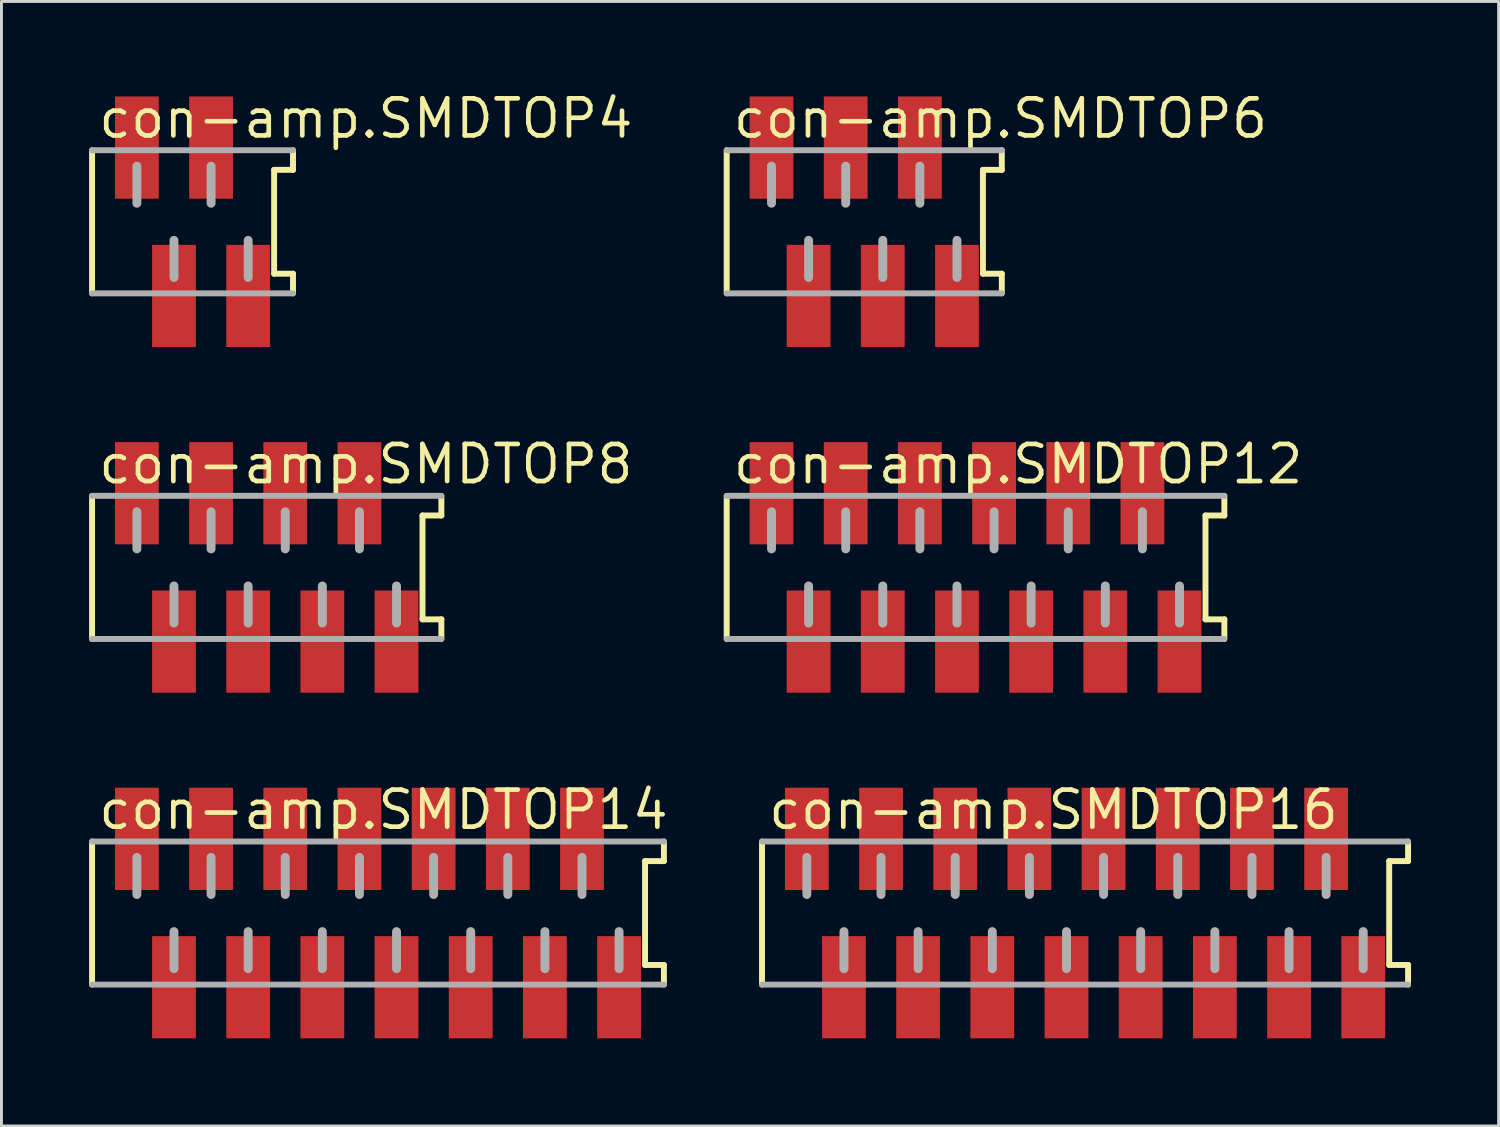
<source format=kicad_pcb>
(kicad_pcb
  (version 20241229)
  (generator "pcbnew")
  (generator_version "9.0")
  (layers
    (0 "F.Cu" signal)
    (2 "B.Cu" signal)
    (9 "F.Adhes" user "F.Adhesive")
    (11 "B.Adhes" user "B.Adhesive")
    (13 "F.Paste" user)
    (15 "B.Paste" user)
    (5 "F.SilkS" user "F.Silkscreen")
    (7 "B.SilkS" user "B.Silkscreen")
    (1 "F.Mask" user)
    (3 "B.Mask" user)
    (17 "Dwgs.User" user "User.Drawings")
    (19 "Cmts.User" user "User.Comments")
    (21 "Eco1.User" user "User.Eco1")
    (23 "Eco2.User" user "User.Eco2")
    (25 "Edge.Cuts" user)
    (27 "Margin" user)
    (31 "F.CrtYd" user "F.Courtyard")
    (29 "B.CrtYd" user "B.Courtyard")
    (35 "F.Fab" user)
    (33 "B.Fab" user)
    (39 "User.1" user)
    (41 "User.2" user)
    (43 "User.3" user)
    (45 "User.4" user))
  (footprint "con-amp.SMDTOP14"
    (layer "F.Cu")
    (at 9.892 28.212)
    (property "Reference" "con-amp.SMDTOP14" (at -9.652 -2.794 0) (layer "F.SilkS") (effects (font (size 1.27 1.27) (thickness 0.16)) (justify left bottom)))
    (attr smd)
    (fp_line (start -9.79 -2.45) (end -9.79 2.45) (stroke (width 0.203) (type default)) (layer "F.SilkS"))
    (fp_line (start 9.144 -1.778) (end 9.79 -1.778) (stroke (width 0.203) (type default)) (layer "F.SilkS"))
    (fp_line (start 9.144 1.778) (end 9.144 -1.778) (stroke (width 0.203) (type default)) (layer "F.SilkS"))
    (fp_line (start 9.79 -1.778) (end 9.79 -2.45) (stroke (width 0.203) (type default)) (layer "F.SilkS"))
    (fp_line (start 9.79 1.778) (end 9.144 1.778) (stroke (width 0.203) (type default)) (layer "F.SilkS"))
    (fp_line (start 9.79 2.45) (end 9.79 1.778) (stroke (width 0.203) (type default)) (layer "F.SilkS"))
    (fp_line (start -9.79 2.45) (end 9.79 2.45) (stroke (width 0.203) (type default)) (layer "F.Fab"))
    (fp_line (start -8.255 -1.905) (end -8.255 -0.635) (stroke (width 0.305) (type default)) (layer "F.Fab"))
    (fp_line (start -6.985 0.635) (end -6.985 1.905) (stroke (width 0.305) (type default)) (layer "F.Fab"))
    (fp_line (start -5.715 -1.905) (end -5.715 -0.635) (stroke (width 0.305) (type default)) (layer "F.Fab"))
    (fp_line (start -4.445 0.635) (end -4.445 1.905) (stroke (width 0.305) (type default)) (layer "F.Fab"))
    (fp_line (start -3.175 -1.905) (end -3.175 -0.635) (stroke (width 0.305) (type default)) (layer "F.Fab"))
    (fp_line (start -1.905 0.635) (end -1.905 1.905) (stroke (width 0.305) (type default)) (layer "F.Fab"))
    (fp_line (start -0.635 -1.905) (end -0.635 -0.635) (stroke (width 0.305) (type default)) (layer "F.Fab"))
    (fp_line (start 0.635 0.635) (end 0.635 1.905) (stroke (width 0.305) (type default)) (layer "F.Fab"))
    (fp_line (start 1.905 -1.905) (end 1.905 -0.635) (stroke (width 0.305) (type default)) (layer "F.Fab"))
    (fp_line (start 3.175 0.635) (end 3.175 1.905) (stroke (width 0.305) (type default)) (layer "F.Fab"))
    (fp_line (start 4.445 -1.905) (end 4.445 -0.635) (stroke (width 0.305) (type default)) (layer "F.Fab"))
    (fp_line (start 5.715 0.635) (end 5.715 1.905) (stroke (width 0.305) (type default)) (layer "F.Fab"))
    (fp_line (start 6.985 -1.905) (end 6.985 -0.635) (stroke (width 0.305) (type default)) (layer "F.Fab"))
    (fp_line (start 8.255 0.635) (end 8.255 1.905) (stroke (width 0.305) (type default)) (layer "F.Fab"))
    (fp_line (start 9.79 -2.45) (end -9.79 -2.45) (stroke (width 0.203) (type default)) (layer "F.Fab"))
    (pad "1" smd roundrect (at -8.255 -2.54) (size 1.5 3.5) (layers "F.Cu" "F.Mask" "F.Paste") (roundrect_rratio 0.01))
    (pad "2" smd roundrect (at -6.985 2.54) (size 1.5 3.5) (layers "F.Cu" "F.Mask" "F.Paste") (roundrect_rratio 0.01))
    (pad "3" smd roundrect (at -5.715 -2.54) (size 1.5 3.5) (layers "F.Cu" "F.Mask" "F.Paste") (roundrect_rratio 0.01))
    (pad "4" smd roundrect (at -4.445 2.54) (size 1.5 3.5) (layers "F.Cu" "F.Mask" "F.Paste") (roundrect_rratio 0.01))
    (pad "5" smd roundrect (at -3.175 -2.54) (size 1.5 3.5) (layers "F.Cu" "F.Mask" "F.Paste") (roundrect_rratio 0.01))
    (pad "6" smd roundrect (at -1.905 2.54) (size 1.5 3.5) (layers "F.Cu" "F.Mask" "F.Paste") (roundrect_rratio 0.01))
    (pad "7" smd roundrect (at -0.635 -2.54) (size 1.5 3.5) (layers "F.Cu" "F.Mask" "F.Paste") (roundrect_rratio 0.01))
    (pad "8" smd roundrect (at 0.635 2.54) (size 1.5 3.5) (layers "F.Cu" "F.Mask" "F.Paste") (roundrect_rratio 0.01))
    (pad "9" smd roundrect (at 1.905 -2.54) (size 1.5 3.5) (layers "F.Cu" "F.Mask" "F.Paste") (roundrect_rratio 0.01))
    (pad "10" smd roundrect (at 3.175 2.54) (size 1.5 3.5) (layers "F.Cu" "F.Mask" "F.Paste") (roundrect_rratio 0.01))
    (pad "11" smd roundrect (at 4.445 -2.54) (size 1.5 3.5) (layers "F.Cu" "F.Mask" "F.Paste") (roundrect_rratio 0.01))
    (pad "12" smd roundrect (at 5.715 2.54) (size 1.5 3.5) (layers "F.Cu" "F.Mask" "F.Paste") (roundrect_rratio 0.01))
    (pad "13" smd roundrect (at 6.985 -2.54) (size 1.5 3.5) (layers "F.Cu" "F.Mask" "F.Paste") (roundrect_rratio 0.01))
    (pad "14" smd roundrect (at 8.255 2.54) (size 1.5 3.5) (layers "F.Cu" "F.Mask" "F.Paste") (roundrect_rratio 0.01)))
  (footprint "con-amp.SMDTOP6"
    (layer "F.Cu")
    (at 26.541 4.544)
    (property "Reference" "con-amp.SMDTOP6" (at -4.572 -2.794 0) (layer "F.SilkS") (effects (font (size 1.27 1.27) (thickness 0.16)) (justify left bottom)))
    (attr smd)
    (fp_line (start -4.71 -2.45) (end -4.71 2.45) (stroke (width 0.203) (type default)) (layer "F.SilkS"))
    (fp_line (start 4.064 -1.778) (end 4.71 -1.778) (stroke (width 0.203) (type default)) (layer "F.SilkS"))
    (fp_line (start 4.064 1.778) (end 4.064 -1.778) (stroke (width 0.203) (type default)) (layer "F.SilkS"))
    (fp_line (start 4.71 -1.778) (end 4.71 -2.45) (stroke (width 0.203) (type default)) (layer "F.SilkS"))
    (fp_line (start 4.71 1.778) (end 4.064 1.778) (stroke (width 0.203) (type default)) (layer "F.SilkS"))
    (fp_line (start 4.71 2.45) (end 4.71 1.778) (stroke (width 0.203) (type default)) (layer "F.SilkS"))
    (fp_line (start -4.71 2.45) (end 4.71 2.45) (stroke (width 0.203) (type default)) (layer "F.Fab"))
    (fp_line (start -3.175 -1.905) (end -3.175 -0.635) (stroke (width 0.305) (type default)) (layer "F.Fab"))
    (fp_line (start -1.905 0.635) (end -1.905 1.905) (stroke (width 0.305) (type default)) (layer "F.Fab"))
    (fp_line (start -0.635 -1.905) (end -0.635 -0.635) (stroke (width 0.305) (type default)) (layer "F.Fab"))
    (fp_line (start 0.635 0.635) (end 0.635 1.905) (stroke (width 0.305) (type default)) (layer "F.Fab"))
    (fp_line (start 1.905 -1.905) (end 1.905 -0.635) (stroke (width 0.305) (type default)) (layer "F.Fab"))
    (fp_line (start 3.175 0.635) (end 3.175 1.905) (stroke (width 0.305) (type default)) (layer "F.Fab"))
    (fp_line (start 4.71 -2.45) (end -4.71 -2.45) (stroke (width 0.203) (type default)) (layer "F.Fab"))
    (pad "1" smd roundrect (at -3.175 -2.54) (size 1.5 3.5) (layers "F.Cu" "F.Mask" "F.Paste") (roundrect_rratio 0.01))
    (pad "2" smd roundrect (at -1.905 2.54) (size 1.5 3.5) (layers "F.Cu" "F.Mask" "F.Paste") (roundrect_rratio 0.01))
    (pad "3" smd roundrect (at -0.635 -2.54) (size 1.5 3.5) (layers "F.Cu" "F.Mask" "F.Paste") (roundrect_rratio 0.01))
    (pad "4" smd roundrect (at 0.635 2.54) (size 1.5 3.5) (layers "F.Cu" "F.Mask" "F.Paste") (roundrect_rratio 0.01))
    (pad "5" smd roundrect (at 1.905 -2.54) (size 1.5 3.5) (layers "F.Cu" "F.Mask" "F.Paste") (roundrect_rratio 0.01))
    (pad "6" smd roundrect (at 3.175 2.54) (size 1.5 3.5) (layers "F.Cu" "F.Mask" "F.Paste") (roundrect_rratio 0.01)))
  (footprint "con-amp.SMDTOP4"
    (layer "F.Cu")
    (at 3.542 4.544)
    (property "Reference" "con-amp.SMDTOP4" (at -3.302 -2.794 0) (layer "F.SilkS") (effects (font (size 1.27 1.27) (thickness 0.16)) (justify left bottom)))
    (attr smd)
    (fp_line (start -3.44 -2.45) (end -3.44 2.45) (stroke (width 0.203) (type default)) (layer "F.SilkS"))
    (fp_line (start 2.794 -1.778) (end 3.44 -1.778) (stroke (width 0.203) (type default)) (layer "F.SilkS"))
    (fp_line (start 2.794 1.778) (end 2.794 -1.778) (stroke (width 0.203) (type default)) (layer "F.SilkS"))
    (fp_line (start 3.44 -1.778) (end 3.44 -2.45) (stroke (width 0.203) (type default)) (layer "F.SilkS"))
    (fp_line (start 3.44 1.778) (end 2.794 1.778) (stroke (width 0.203) (type default)) (layer "F.SilkS"))
    (fp_line (start 3.44 2.45) (end 3.44 1.778) (stroke (width 0.203) (type default)) (layer "F.SilkS"))
    (fp_line (start -3.44 2.45) (end 3.44 2.45) (stroke (width 0.203) (type default)) (layer "F.Fab"))
    (fp_line (start -1.905 -1.905) (end -1.905 -0.635) (stroke (width 0.305) (type default)) (layer "F.Fab"))
    (fp_line (start -0.635 0.635) (end -0.635 1.905) (stroke (width 0.305) (type default)) (layer "F.Fab"))
    (fp_line (start 0.635 -1.905) (end 0.635 -0.635) (stroke (width 0.305) (type default)) (layer "F.Fab"))
    (fp_line (start 1.905 0.635) (end 1.905 1.905) (stroke (width 0.305) (type default)) (layer "F.Fab"))
    (fp_line (start 3.44 -2.45) (end -3.44 -2.45) (stroke (width 0.203) (type default)) (layer "F.Fab"))
    (pad "1" smd roundrect (at -1.905 -2.54) (size 1.5 3.5) (layers "F.Cu" "F.Mask" "F.Paste") (roundrect_rratio 0.01))
    (pad "2" smd roundrect (at -0.635 2.54) (size 1.5 3.5) (layers "F.Cu" "F.Mask" "F.Paste") (roundrect_rratio 0.01))
    (pad "3" smd roundrect (at 0.635 -2.54) (size 1.5 3.5) (layers "F.Cu" "F.Mask" "F.Paste") (roundrect_rratio 0.01))
    (pad "4" smd roundrect (at 1.905 2.54) (size 1.5 3.5) (layers "F.Cu" "F.Mask" "F.Paste") (roundrect_rratio 0.01)))
  (footprint "con-amp.SMDTOP8"
    (layer "F.Cu")
    (at 6.082 16.378)
    (property "Reference" "con-amp.SMDTOP8" (at -5.842 -2.794 0) (layer "F.SilkS") (effects (font (size 1.27 1.27) (thickness 0.16)) (justify left bottom)))
    (attr smd)
    (fp_line (start -5.98 -2.45) (end -5.98 2.45) (stroke (width 0.203) (type default)) (layer "F.SilkS"))
    (fp_line (start 5.334 -1.778) (end 5.98 -1.778) (stroke (width 0.203) (type default)) (layer "F.SilkS"))
    (fp_line (start 5.334 1.778) (end 5.334 -1.778) (stroke (width 0.203) (type default)) (layer "F.SilkS"))
    (fp_line (start 5.98 -1.778) (end 5.98 -2.45) (stroke (width 0.203) (type default)) (layer "F.SilkS"))
    (fp_line (start 5.98 1.778) (end 5.334 1.778) (stroke (width 0.203) (type default)) (layer "F.SilkS"))
    (fp_line (start 5.98 2.45) (end 5.98 1.778) (stroke (width 0.203) (type default)) (layer "F.SilkS"))
    (fp_line (start -5.98 2.45) (end 5.98 2.45) (stroke (width 0.203) (type default)) (layer "F.Fab"))
    (fp_line (start -4.445 -1.905) (end -4.445 -0.635) (stroke (width 0.305) (type default)) (layer "F.Fab"))
    (fp_line (start -3.175 0.635) (end -3.175 1.905) (stroke (width 0.305) (type default)) (layer "F.Fab"))
    (fp_line (start -1.905 -1.905) (end -1.905 -0.635) (stroke (width 0.305) (type default)) (layer "F.Fab"))
    (fp_line (start -0.635 0.635) (end -0.635 1.905) (stroke (width 0.305) (type default)) (layer "F.Fab"))
    (fp_line (start 0.635 -1.905) (end 0.635 -0.635) (stroke (width 0.305) (type default)) (layer "F.Fab"))
    (fp_line (start 1.905 0.635) (end 1.905 1.905) (stroke (width 0.305) (type default)) (layer "F.Fab"))
    (fp_line (start 3.175 -1.905) (end 3.175 -0.635) (stroke (width 0.305) (type default)) (layer "F.Fab"))
    (fp_line (start 4.445 0.635) (end 4.445 1.905) (stroke (width 0.305) (type default)) (layer "F.Fab"))
    (fp_line (start 5.98 -2.45) (end -5.98 -2.45) (stroke (width 0.203) (type default)) (layer "F.Fab"))
    (pad "1" smd roundrect (at -4.445 -2.54) (size 1.5 3.5) (layers "F.Cu" "F.Mask" "F.Paste") (roundrect_rratio 0.01))
    (pad "2" smd roundrect (at -3.175 2.54) (size 1.5 3.5) (layers "F.Cu" "F.Mask" "F.Paste") (roundrect_rratio 0.01))
    (pad "3" smd roundrect (at -1.905 -2.54) (size 1.5 3.5) (layers "F.Cu" "F.Mask" "F.Paste") (roundrect_rratio 0.01))
    (pad "4" smd roundrect (at -0.635 2.54) (size 1.5 3.5) (layers "F.Cu" "F.Mask" "F.Paste") (roundrect_rratio 0.01))
    (pad "5" smd roundrect (at 0.635 -2.54) (size 1.5 3.5) (layers "F.Cu" "F.Mask" "F.Paste") (roundrect_rratio 0.01))
    (pad "6" smd roundrect (at 1.905 2.54) (size 1.5 3.5) (layers "F.Cu" "F.Mask" "F.Paste") (roundrect_rratio 0.01))
    (pad "7" smd roundrect (at 3.175 -2.54) (size 1.5 3.5) (layers "F.Cu" "F.Mask" "F.Paste") (roundrect_rratio 0.01))
    (pad "8" smd roundrect (at 4.445 2.54) (size 1.5 3.5) (layers "F.Cu" "F.Mask" "F.Paste") (roundrect_rratio 0.01)))
  (footprint "con-amp.SMDTOP16"
    (layer "F.Cu")
    (at 34.101 28.212)
    (property "Reference" "con-amp.SMDTOP16" (at -10.922 -2.794 0) (layer "F.SilkS") (effects (font (size 1.27 1.27) (thickness 0.16)) (justify left bottom)))
    (attr smd)
    (fp_line (start -11.06 -2.45) (end -11.06 2.45) (stroke (width 0.203) (type default)) (layer "F.SilkS"))
    (fp_line (start 10.414 -1.778) (end 11.06 -1.778) (stroke (width 0.203) (type default)) (layer "F.SilkS"))
    (fp_line (start 10.414 1.778) (end 10.414 -1.778) (stroke (width 0.203) (type default)) (layer "F.SilkS"))
    (fp_line (start 11.06 -1.778) (end 11.06 -2.45) (stroke (width 0.203) (type default)) (layer "F.SilkS"))
    (fp_line (start 11.06 1.778) (end 10.414 1.778) (stroke (width 0.203) (type default)) (layer "F.SilkS"))
    (fp_line (start 11.06 2.45) (end 11.06 1.778) (stroke (width 0.203) (type default)) (layer "F.SilkS"))
    (fp_line (start -11.06 2.45) (end 11.06 2.45) (stroke (width 0.203) (type default)) (layer "F.Fab"))
    (fp_line (start -9.525 -1.905) (end -9.525 -0.635) (stroke (width 0.305) (type default)) (layer "F.Fab"))
    (fp_line (start -8.255 0.635) (end -8.255 1.905) (stroke (width 0.305) (type default)) (layer "F.Fab"))
    (fp_line (start -6.985 -1.905) (end -6.985 -0.635) (stroke (width 0.305) (type default)) (layer "F.Fab"))
    (fp_line (start -5.715 0.635) (end -5.715 1.905) (stroke (width 0.305) (type default)) (layer "F.Fab"))
    (fp_line (start -4.445 -1.905) (end -4.445 -0.635) (stroke (width 0.305) (type default)) (layer "F.Fab"))
    (fp_line (start -3.175 0.635) (end -3.175 1.905) (stroke (width 0.305) (type default)) (layer "F.Fab"))
    (fp_line (start -1.905 -1.905) (end -1.905 -0.635) (stroke (width 0.305) (type default)) (layer "F.Fab"))
    (fp_line (start -0.635 0.635) (end -0.635 1.905) (stroke (width 0.305) (type default)) (layer "F.Fab"))
    (fp_line (start 0.635 -1.905) (end 0.635 -0.635) (stroke (width 0.305) (type default)) (layer "F.Fab"))
    (fp_line (start 1.905 0.635) (end 1.905 1.905) (stroke (width 0.305) (type default)) (layer "F.Fab"))
    (fp_line (start 3.175 -1.905) (end 3.175 -0.635) (stroke (width 0.305) (type default)) (layer "F.Fab"))
    (fp_line (start 4.445 0.635) (end 4.445 1.905) (stroke (width 0.305) (type default)) (layer "F.Fab"))
    (fp_line (start 5.715 -1.905) (end 5.715 -0.635) (stroke (width 0.305) (type default)) (layer "F.Fab"))
    (fp_line (start 6.985 0.635) (end 6.985 1.905) (stroke (width 0.305) (type default)) (layer "F.Fab"))
    (fp_line (start 8.255 -1.905) (end 8.255 -0.635) (stroke (width 0.305) (type default)) (layer "F.Fab"))
    (fp_line (start 9.525 0.635) (end 9.525 1.905) (stroke (width 0.305) (type default)) (layer "F.Fab"))
    (fp_line (start 11.06 -2.45) (end -11.06 -2.45) (stroke (width 0.203) (type default)) (layer "F.Fab"))
    (pad "1" smd roundrect (at -9.525 -2.54) (size 1.5 3.5) (layers "F.Cu" "F.Mask" "F.Paste") (roundrect_rratio 0.01))
    (pad "2" smd roundrect (at -8.255 2.54) (size 1.5 3.5) (layers "F.Cu" "F.Mask" "F.Paste") (roundrect_rratio 0.01))
    (pad "3" smd roundrect (at -6.985 -2.54) (size 1.5 3.5) (layers "F.Cu" "F.Mask" "F.Paste") (roundrect_rratio 0.01))
    (pad "4" smd roundrect (at -5.715 2.54) (size 1.5 3.5) (layers "F.Cu" "F.Mask" "F.Paste") (roundrect_rratio 0.01))
    (pad "5" smd roundrect (at -4.445 -2.54) (size 1.5 3.5) (layers "F.Cu" "F.Mask" "F.Paste") (roundrect_rratio 0.01))
    (pad "6" smd roundrect (at -3.175 2.54) (size 1.5 3.5) (layers "F.Cu" "F.Mask" "F.Paste") (roundrect_rratio 0.01))
    (pad "7" smd roundrect (at -1.905 -2.54) (size 1.5 3.5) (layers "F.Cu" "F.Mask" "F.Paste") (roundrect_rratio 0.01))
    (pad "8" smd roundrect (at -0.635 2.54) (size 1.5 3.5) (layers "F.Cu" "F.Mask" "F.Paste") (roundrect_rratio 0.01))
    (pad "9" smd roundrect (at 0.635 -2.54) (size 1.5 3.5) (layers "F.Cu" "F.Mask" "F.Paste") (roundrect_rratio 0.01))
    (pad "10" smd roundrect (at 1.905 2.54) (size 1.5 3.5) (layers "F.Cu" "F.Mask" "F.Paste") (roundrect_rratio 0.01))
    (pad "11" smd roundrect (at 3.175 -2.54) (size 1.5 3.5) (layers "F.Cu" "F.Mask" "F.Paste") (roundrect_rratio 0.01))
    (pad "12" smd roundrect (at 4.445 2.54) (size 1.5 3.5) (layers "F.Cu" "F.Mask" "F.Paste") (roundrect_rratio 0.01))
    (pad "13" smd roundrect (at 5.715 -2.54) (size 1.5 3.5) (layers "F.Cu" "F.Mask" "F.Paste") (roundrect_rratio 0.01))
    (pad "14" smd roundrect (at 6.985 2.54) (size 1.5 3.5) (layers "F.Cu" "F.Mask" "F.Paste") (roundrect_rratio 0.01))
    (pad "15" smd roundrect (at 8.255 -2.54) (size 1.5 3.5) (layers "F.Cu" "F.Mask" "F.Paste") (roundrect_rratio 0.01))
    (pad "16" smd roundrect (at 9.525 2.54) (size 1.5 3.5) (layers "F.Cu" "F.Mask" "F.Paste") (roundrect_rratio 0.01)))
  (footprint "con-amp.SMDTOP12"
    (layer "F.Cu")
    (at 30.351 16.378)
    (property "Reference" "con-amp.SMDTOP12" (at -8.382 -2.794 0) (layer "F.SilkS") (effects (font (size 1.27 1.27) (thickness 0.16)) (justify left bottom)))
    (attr smd)
    (fp_line (start -8.52 -2.45) (end -8.52 2.45) (stroke (width 0.203) (type default)) (layer "F.SilkS"))
    (fp_line (start 7.874 -1.778) (end 8.52 -1.778) (stroke (width 0.203) (type default)) (layer "F.SilkS"))
    (fp_line (start 7.874 1.778) (end 7.874 -1.778) (stroke (width 0.203) (type default)) (layer "F.SilkS"))
    (fp_line (start 8.52 -1.778) (end 8.52 -2.45) (stroke (width 0.203) (type default)) (layer "F.SilkS"))
    (fp_line (start 8.52 1.778) (end 7.874 1.778) (stroke (width 0.203) (type default)) (layer "F.SilkS"))
    (fp_line (start 8.52 2.45) (end 8.52 1.778) (stroke (width 0.203) (type default)) (layer "F.SilkS"))
    (fp_line (start -8.52 2.45) (end 8.52 2.45) (stroke (width 0.203) (type default)) (layer "F.Fab"))
    (fp_line (start -6.985 -1.905) (end -6.985 -0.635) (stroke (width 0.305) (type default)) (layer "F.Fab"))
    (fp_line (start -5.715 0.635) (end -5.715 1.905) (stroke (width 0.305) (type default)) (layer "F.Fab"))
    (fp_line (start -4.445 -1.905) (end -4.445 -0.635) (stroke (width 0.305) (type default)) (layer "F.Fab"))
    (fp_line (start -3.175 0.635) (end -3.175 1.905) (stroke (width 0.305) (type default)) (layer "F.Fab"))
    (fp_line (start -1.905 -1.905) (end -1.905 -0.635) (stroke (width 0.305) (type default)) (layer "F.Fab"))
    (fp_line (start -0.635 0.635) (end -0.635 1.905) (stroke (width 0.305) (type default)) (layer "F.Fab"))
    (fp_line (start 0.635 -1.905) (end 0.635 -0.635) (stroke (width 0.305) (type default)) (layer "F.Fab"))
    (fp_line (start 1.905 0.635) (end 1.905 1.905) (stroke (width 0.305) (type default)) (layer "F.Fab"))
    (fp_line (start 3.175 -1.905) (end 3.175 -0.635) (stroke (width 0.305) (type default)) (layer "F.Fab"))
    (fp_line (start 4.445 0.635) (end 4.445 1.905) (stroke (width 0.305) (type default)) (layer "F.Fab"))
    (fp_line (start 5.715 -1.905) (end 5.715 -0.635) (stroke (width 0.305) (type default)) (layer "F.Fab"))
    (fp_line (start 6.985 0.635) (end 6.985 1.905) (stroke (width 0.305) (type default)) (layer "F.Fab"))
    (fp_line (start 8.52 -2.45) (end -8.52 -2.45) (stroke (width 0.203) (type default)) (layer "F.Fab"))
    (pad "1" smd roundrect (at -6.985 -2.54) (size 1.5 3.5) (layers "F.Cu" "F.Mask" "F.Paste") (roundrect_rratio 0.01))
    (pad "2" smd roundrect (at -5.715 2.54) (size 1.5 3.5) (layers "F.Cu" "F.Mask" "F.Paste") (roundrect_rratio 0.01))
    (pad "3" smd roundrect (at -4.445 -2.54) (size 1.5 3.5) (layers "F.Cu" "F.Mask" "F.Paste") (roundrect_rratio 0.01))
    (pad "4" smd roundrect (at -3.175 2.54) (size 1.5 3.5) (layers "F.Cu" "F.Mask" "F.Paste") (roundrect_rratio 0.01))
    (pad "5" smd roundrect (at -1.905 -2.54) (size 1.5 3.5) (layers "F.Cu" "F.Mask" "F.Paste") (roundrect_rratio 0.01))
    (pad "6" smd roundrect (at -0.635 2.54) (size 1.5 3.5) (layers "F.Cu" "F.Mask" "F.Paste") (roundrect_rratio 0.01))
    (pad "7" smd roundrect (at 0.635 -2.54) (size 1.5 3.5) (layers "F.Cu" "F.Mask" "F.Paste") (roundrect_rratio 0.01))
    (pad "8" smd roundrect (at 1.905 2.54) (size 1.5 3.5) (layers "F.Cu" "F.Mask" "F.Paste") (roundrect_rratio 0.01))
    (pad "9" smd roundrect (at 3.175 -2.54) (size 1.5 3.5) (layers "F.Cu" "F.Mask" "F.Paste") (roundrect_rratio 0.01))
    (pad "10" smd roundrect (at 4.445 2.54) (size 1.5 3.5) (layers "F.Cu" "F.Mask" "F.Paste") (roundrect_rratio 0.01))
    (pad "11" smd roundrect (at 5.715 -2.54) (size 1.5 3.5) (layers "F.Cu" "F.Mask" "F.Paste") (roundrect_rratio 0.01))
    (pad "12" smd roundrect (at 6.985 2.54) (size 1.5 3.5) (layers "F.Cu" "F.Mask" "F.Paste") (roundrect_rratio 0.01)))
  (gr_rect
    (start -3 -3)
    (end 48.262 35.502)
    (stroke (width 0.1) (type default))
    (fill no)
    (layer "Edge.Cuts")))
</source>
